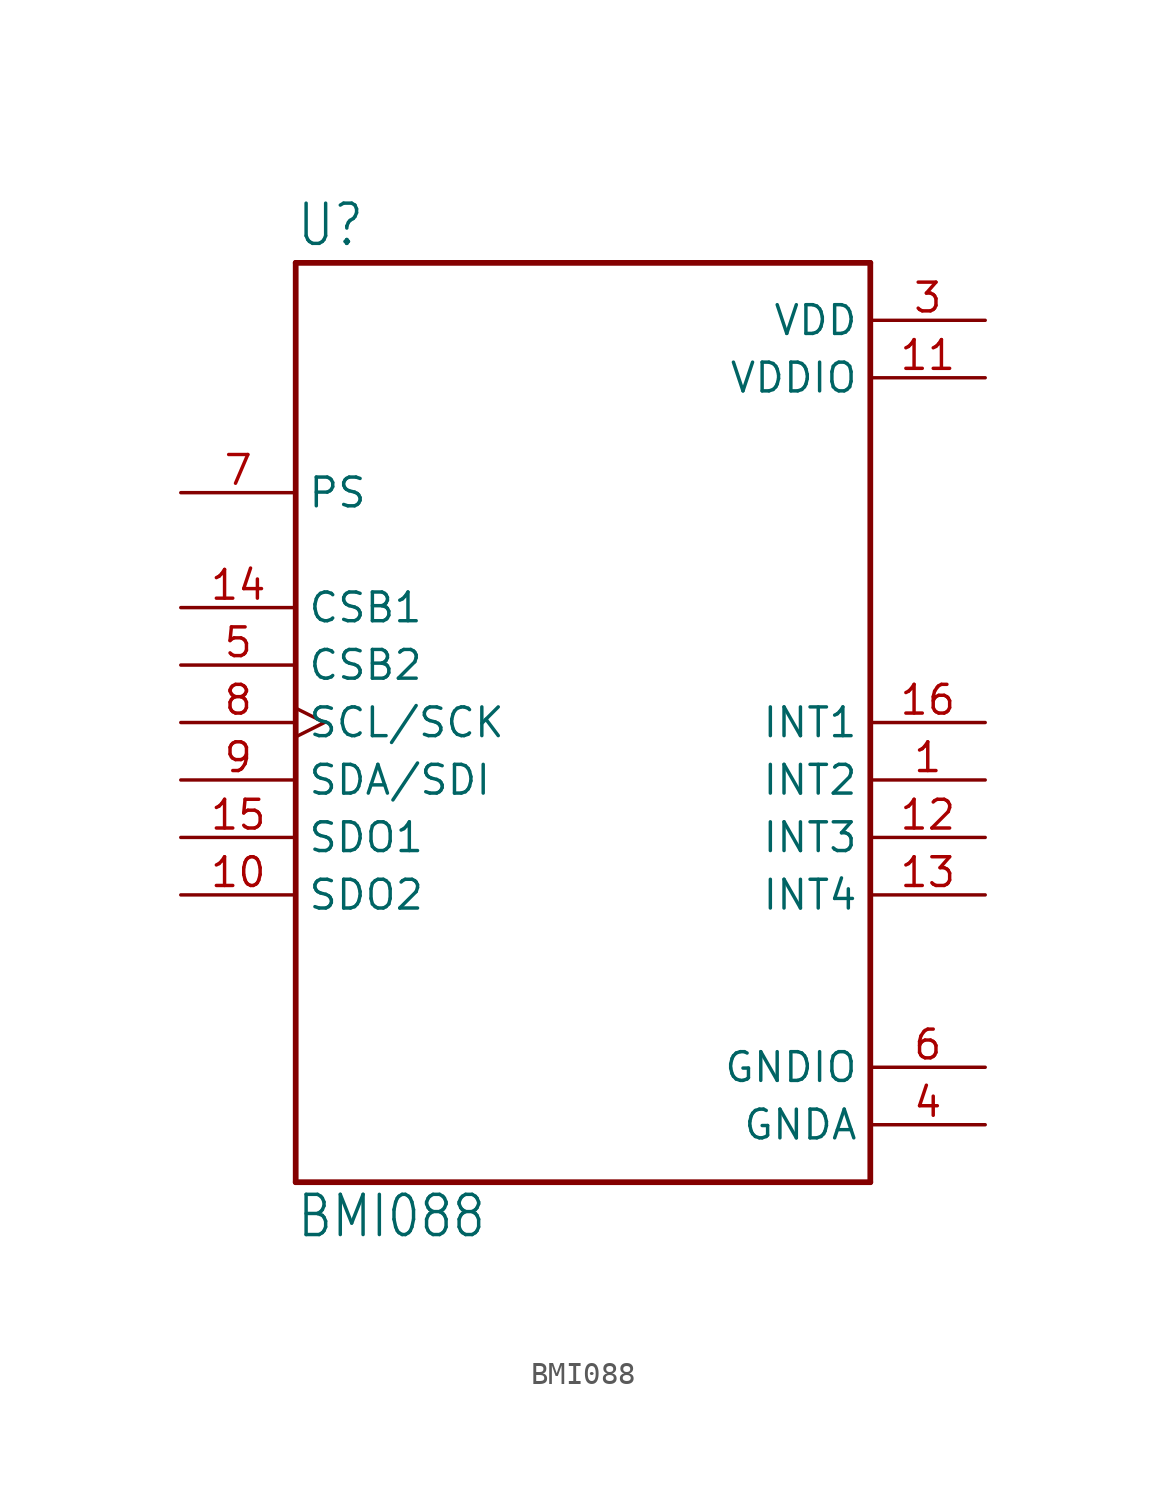
<source format=kicad_sym>
(kicad_symbol_lib
  (version 20211014)
  (generator kicad_symbol_editor)
  (symbol "BMI088"
    (property "Reference" "U"
      (at -12.7 20.955 0)
      (effects (font (size 1.778 1.511)) (justify left bottom)))
    (property "Value" "BMI088"
      (at -12.7 -22.86 0)
      (effects (font (size 1.778 1.511)) (justify left bottom)))
    (property "ki_locked" ""
      (at 0 0 0)
      (effects (font (size 1.27 1.27))))
    (symbol "BMI088_1_0"
      (polyline (pts (xy -12.7 -20.32) (xy -12.7 20.32)) (stroke (width 0.254) (type default) (color 0 0 0 0)) (fill (type none)))
      (polyline (pts (xy -12.7 20.32) (xy 12.7 20.32)) (stroke (width 0.254) (type default) (color 0 0 0 0)) (fill (type none)))
      (polyline (pts (xy 12.7 -20.32) (xy -12.7 -20.32)) (stroke (width 0.254) (type default) (color 0 0 0 0)) (fill (type none)))
      (polyline (pts (xy 12.7 20.32) (xy 12.7 -20.32)) (stroke (width 0.254) (type default) (color 0 0 0 0)) (fill (type none)))
      (pin bidirectional line (at 17.78 -2.54 180) (length 5.08) (name "INT2" (effects (font (size 1.27 1.27)))) (number "1" (effects (font (size 1.27 1.27)))))
      (pin bidirectional line (at -17.78 -7.62 0) (length 5.08) (name "SDO2" (effects (font (size 1.27 1.27)))) (number "10" (effects (font (size 1.27 1.27)))))
      (pin power_in line (at 17.78 15.24 180) (length 5.08) (name "VDDIO" (effects (font (size 1.27 1.27)))) (number "11" (effects (font (size 1.27 1.27)))))
      (pin bidirectional line (at 17.78 -5.08 180) (length 5.08) (name "INT3" (effects (font (size 1.27 1.27)))) (number "12" (effects (font (size 1.27 1.27)))))
      (pin bidirectional line (at 17.78 -7.62 180) (length 5.08) (name "INT4" (effects (font (size 1.27 1.27)))) (number "13" (effects (font (size 1.27 1.27)))))
      (pin input line (at -17.78 5.08 0) (length 5.08) (name "CSB1" (effects (font (size 1.27 1.27)))) (number "14" (effects (font (size 1.27 1.27)))))
      (pin bidirectional line (at -17.78 -5.08 0) (length 5.08) (name "SDO1" (effects (font (size 1.27 1.27)))) (number "15" (effects (font (size 1.27 1.27)))))
      (pin bidirectional line (at 17.78 0 180) (length 5.08) (name "INT1" (effects (font (size 1.27 1.27)))) (number "16" (effects (font (size 1.27 1.27)))))
      (pin power_in line (at 17.78 17.78 180) (length 5.08) (name "VDD" (effects (font (size 1.27 1.27)))) (number "3" (effects (font (size 1.27 1.27)))))
      (pin power_in line (at 17.78 -17.78 180) (length 5.08) (name "GNDA" (effects (font (size 1.27 1.27)))) (number "4" (effects (font (size 1.27 1.27)))))
      (pin input line (at -17.78 2.54 0) (length 5.08) (name "CSB2" (effects (font (size 1.27 1.27)))) (number "5" (effects (font (size 1.27 1.27)))))
      (pin power_in line (at 17.78 -15.24 180) (length 5.08) (name "GNDIO" (effects (font (size 1.27 1.27)))) (number "6" (effects (font (size 1.27 1.27)))))
      (pin input line (at -17.78 10.16 0) (length 5.08) (name "PS" (effects (font (size 1.27 1.27)))) (number "7" (effects (font (size 1.27 1.27)))))
      (pin input clock (at -17.78 0 0) (length 5.08) (name "SCL/SCK" (effects (font (size 1.27 1.27)))) (number "8" (effects (font (size 1.27 1.27)))))
      (pin bidirectional line (at -17.78 -2.54 0) (length 5.08) (name "SDA/SDI" (effects (font (size 1.27 1.27)))) (number "9" (effects (font (size 1.27 1.27))))))))
</source>
